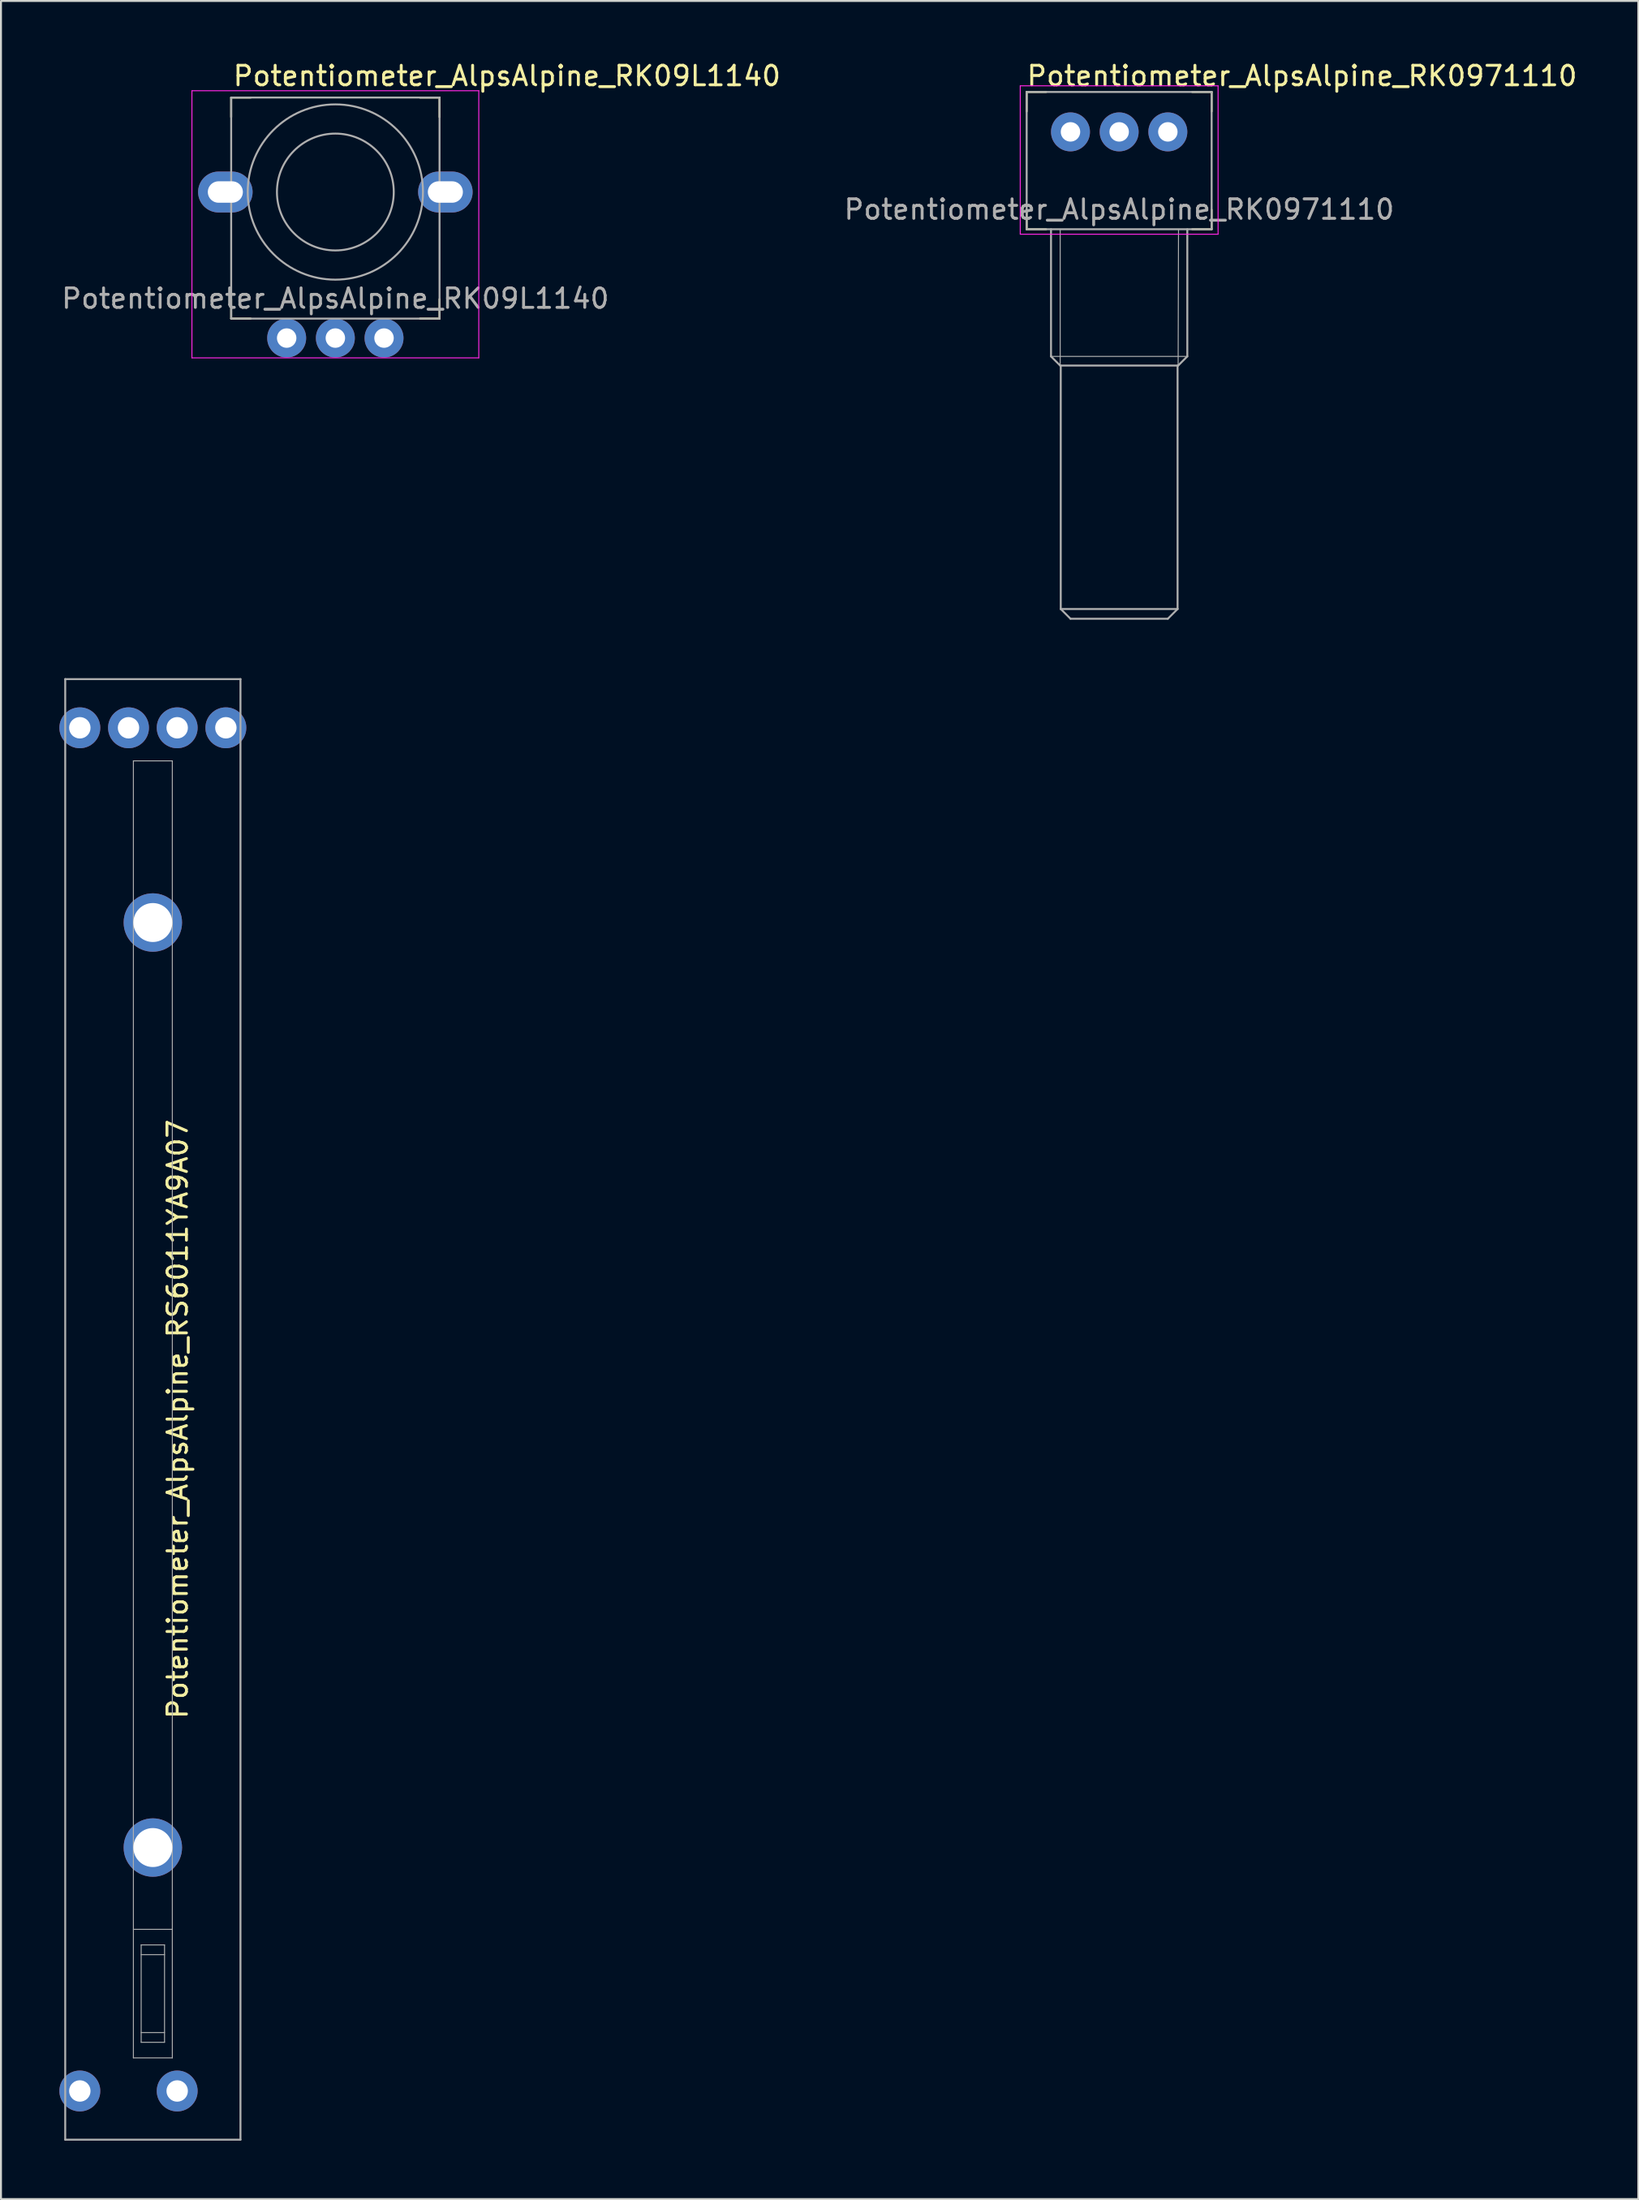
<source format=kicad_pcb>
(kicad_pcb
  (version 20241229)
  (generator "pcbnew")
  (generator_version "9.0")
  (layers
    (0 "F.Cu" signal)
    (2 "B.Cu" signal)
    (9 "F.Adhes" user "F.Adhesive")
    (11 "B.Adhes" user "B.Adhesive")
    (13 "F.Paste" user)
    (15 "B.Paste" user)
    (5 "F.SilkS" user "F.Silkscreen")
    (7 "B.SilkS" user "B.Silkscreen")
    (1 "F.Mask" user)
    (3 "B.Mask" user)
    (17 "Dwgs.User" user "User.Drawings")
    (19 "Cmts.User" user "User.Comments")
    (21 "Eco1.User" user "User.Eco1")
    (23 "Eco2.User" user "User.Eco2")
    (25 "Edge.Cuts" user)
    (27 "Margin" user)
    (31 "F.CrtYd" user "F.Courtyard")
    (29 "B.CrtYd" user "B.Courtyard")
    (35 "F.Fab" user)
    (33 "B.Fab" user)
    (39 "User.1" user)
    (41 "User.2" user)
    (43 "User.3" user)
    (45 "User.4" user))
  (footprint "Potentiometer_AlpsAlpine_RK0971110"
    (layer "F.Cu")
    (at 54.428 8.722)
    (property "Reference" "Potentiometer_AlpsAlpine_RK0971110" (at -4.826 -7.874 0) (layer "F.SilkS") (effects (font (size 1 1) (thickness 0.15)) (justify left)))
    (attr through_hole)
    (fp_line (start -4.75 -7.05) (end -4.75 -6.05) (stroke (width 0.1) (type solid)) (layer "F.SilkS"))
    (fp_line (start -4.75 -7.05) (end -3.75 -7.05) (stroke (width 0.1) (type solid)) (layer "F.SilkS"))
    (fp_line (start -4.75 0) (end -4.75 -1) (stroke (width 0.1) (type solid)) (layer "F.SilkS"))
    (fp_line (start -4.75 0) (end -3.75 0) (stroke (width 0.1) (type solid)) (layer "F.SilkS"))
    (fp_line (start 4.75 -7.05) (end 3.75 -7.05) (stroke (width 0.1) (type solid)) (layer "F.SilkS"))
    (fp_line (start 4.75 -7.05) (end 4.75 -6.05) (stroke (width 0.1) (type solid)) (layer "F.SilkS"))
    (fp_line (start 4.75 0) (end 3.75 0) (stroke (width 0.1) (type solid)) (layer "F.SilkS"))
    (fp_line (start 4.75 0) (end 4.75 -1) (stroke (width 0.1) (type solid)) (layer "F.SilkS"))
    (fp_line (start -5.08 -7.366) (end -5.08 0.254) (stroke (width 0.05) (type solid)) (layer "F.CrtYd"))
    (fp_line (start -5.08 -7.366) (end 5.08 -7.366) (stroke (width 0.05) (type solid)) (layer "F.CrtYd"))
    (fp_line (start -5.08 0.254) (end 5.08 0.254) (stroke (width 0.05) (type solid)) (layer "F.CrtYd"))
    (fp_line (start 5.08 -7.366) (end 5.08 0.254) (stroke (width 0.05) (type solid)) (layer "F.CrtYd"))
    (fp_line (start -4.75 -7.05) (end -4.75 0) (stroke (width 0.1) (type solid)) (layer "F.Fab"))
    (fp_line (start -4.75 -7.05) (end 4.75 -7.05) (stroke (width 0.1) (type solid)) (layer "F.Fab"))
    (fp_line (start -4.75 0) (end 4.75 0) (stroke (width 0.1) (type solid)) (layer "F.Fab"))
    (fp_line (start -3.5 0) (end -3.5 6.529) (stroke (width 0.1) (type solid)) (layer "F.Fab"))
    (fp_line (start -3.5 6.529) (end -3.029 7) (stroke (width 0.1) (type solid)) (layer "F.Fab"))
    (fp_line (start -3.5 6.529) (end 3.5 6.529) (stroke (width 0.05) (type solid)) (layer "F.Fab"))
    (fp_line (start -3.029 0) (end -3.029 7) (stroke (width 0.05) (type solid)) (layer "F.Fab"))
    (fp_line (start -3.029 7) (end 3.029 7) (stroke (width 0.1) (type solid)) (layer "F.Fab"))
    (fp_line (start -3 7) (end -3 19.5) (stroke (width 0.1) (type solid)) (layer "F.Fab"))
    (fp_line (start -3 19.5) (end -2.5 20) (stroke (width 0.1) (type solid)) (layer "F.Fab"))
    (fp_line (start -3 19.5) (end 3 19.5) (stroke (width 0.1) (type solid)) (layer "F.Fab"))
    (fp_line (start -2.5 20) (end 2.5 20) (stroke (width 0.1) (type solid)) (layer "F.Fab"))
    (fp_line (start 2.5 20) (end 3 19.5) (stroke (width 0.1) (type solid)) (layer "F.Fab"))
    (fp_line (start 3 7) (end 3 19.5) (stroke (width 0.1) (type solid)) (layer "F.Fab"))
    (fp_line (start 3.029 7) (end 3.048 0) (stroke (width 0.05) (type solid)) (layer "F.Fab"))
    (fp_line (start 3.029 7) (end 3.5 6.529) (stroke (width 0.1) (type solid)) (layer "F.Fab"))
    (fp_line (start 3.5 6.529) (end 3.5 0) (stroke (width 0.1) (type solid)) (layer "F.Fab"))
    (fp_line (start 4.75 0) (end 4.75 -7.05) (stroke (width 0.1) (type solid)) (layer "F.Fab"))
    (fp_text user "${REFERENCE}" (at 0 -1.016 0) (layer "F.Fab") (effects (font (size 1 1) (thickness 0.15))))
    (pad "CCW" thru_hole circle (at -2.5 -5) (size 2 2) (drill 1) (layers "*.Cu" "*.Mask"))
    (pad "CW" thru_hole circle (at 2.5 -5) (size 2 2) (drill 1) (layers "*.Cu" "*.Mask"))
    (pad "W" thru_hole circle (at 0 -5) (size 2 2) (drill 1) (layers "*.Cu" "*.Mask")))
  (footprint "Potentiometer_AlpsAlpine_RK09L1140"
    (layer "F.Cu")
    (at 14.173 14.31)
    (property "Reference" "Potentiometer_AlpsAlpine_RK09L1140" (at -5.334 -13.462 0) (layer "F.SilkS") (effects (font (size 1 1) (thickness 0.15)) (justify left)))
    (attr through_hole)
    (fp_line (start -5.35 -12.35) (end -5.35 -11.35) (stroke (width 0.1) (type solid)) (layer "F.SilkS"))
    (fp_line (start -5.35 -12.35) (end -4.35 -12.35) (stroke (width 0.1) (type solid)) (layer "F.SilkS"))
    (fp_line (start -5.35 -1) (end -5.35 -2) (stroke (width 0.1) (type solid)) (layer "F.SilkS"))
    (fp_line (start -5.35 -1) (end -4.35 -1) (stroke (width 0.1) (type solid)) (layer "F.SilkS"))
    (fp_line (start 5.35 -12.35) (end 4.35 -12.35) (stroke (width 0.1) (type solid)) (layer "F.SilkS"))
    (fp_line (start 5.35 -12.35) (end 5.35 -11.35) (stroke (width 0.1) (type solid)) (layer "F.SilkS"))
    (fp_line (start 5.35 -1) (end 4.35 -1) (stroke (width 0.1) (type solid)) (layer "F.SilkS"))
    (fp_line (start 5.35 -1) (end 5.35 -2) (stroke (width 0.1) (type solid)) (layer "F.SilkS"))
    (fp_line (start -7.366 -12.7) (end 7.366 -12.7) (stroke (width 0.05) (type solid)) (layer "F.CrtYd"))
    (fp_line (start -7.366 1.016) (end -7.366 -12.7) (stroke (width 0.05) (type solid)) (layer "F.CrtYd"))
    (fp_line (start 7.366 -12.7) (end 7.366 1.016) (stroke (width 0.05) (type solid)) (layer "F.CrtYd"))
    (fp_line (start 7.366 1.016) (end -7.366 1.016) (stroke (width 0.05) (type solid)) (layer "F.CrtYd"))
    (fp_line (start -5.35 -12.35) (end 5.35 -12.35) (stroke (width 0.1) (type solid)) (layer "F.Fab"))
    (fp_line (start -5.35 -1) (end -5.35 -12.35) (stroke (width 0.1) (type solid)) (layer "F.Fab"))
    (fp_line (start 5.35 -12.35) (end 5.35 -1) (stroke (width 0.1) (type solid)) (layer "F.Fab"))
    (fp_line (start 5.35 -1) (end -5.35 -1) (stroke (width 0.1) (type solid)) (layer "F.Fab"))
    (fp_circle (center 0 -7.5) (end 3 -7.5) (stroke (width 0.1) (type solid)) (fill no) (layer "F.Fab"))
    (fp_circle (center 0 -7.5) (end 4.5 -7.5) (stroke (width 0.1) (type solid)) (fill no) (layer "F.Fab"))
    (fp_text user "${REFERENCE}" (at 0 -2.032 0) (layer "F.Fab") (effects (font (size 1 1) (thickness 0.15))))
    (pad "" np_thru_hole oval (at -5.65 -7.5) (size 2.8 2.1) (drill oval 1.8 1.1) (layers "*.Cu" "*.Mask"))
    (pad "" np_thru_hole oval (at 5.65 -7.5) (size 2.8 2.1) (drill oval 1.8 1.1) (layers "*.Cu" "*.Mask"))
    (pad "CCW" thru_hole circle (at -2.5 0) (size 2 2) (drill 1) (layers "*.Cu" "*.Mask"))
    (pad "CW" thru_hole circle (at 2.5 0) (size 2 2) (drill 1) (layers "*.Cu" "*.Mask"))
    (pad "W" thru_hole circle (at 0 0) (size 2 2) (drill 1) (layers "*.Cu" "*.Mask")))
  (footprint "Potentiometer_AlpsAlpine_RS6011YA9A07"
    (layer "F.Cu")
    (at 4.8 69.322)
    (property "Reference" "Potentiometer_AlpsAlpine_RS6011YA9A07" (at 1.27 0.5 90) (layer "F.SilkS") (effects (font (size 1 1) (thickness 0.15))))
    (attr through_hole)
    (fp_line (start -4.5 -37.5) (end -4.5 37.5) (stroke (width 0.1) (type solid)) (layer "F.Fab"))
    (fp_line (start -4.5 -37.5) (end 4.5 -37.5) (stroke (width 0.1) (type solid)) (layer "F.Fab"))
    (fp_line (start -4.5 37.5) (end 4.5 37.5) (stroke (width 0.1) (type solid)) (layer "F.Fab"))
    (fp_line (start -1 -33.3) (end -1 33.3) (stroke (width 0.05) (type solid)) (layer "F.Fab"))
    (fp_line (start -1 -33.3) (end 1 -33.3) (stroke (width 0.05) (type solid)) (layer "F.Fab"))
    (fp_line (start -1 26.7) (end 1 26.7) (stroke (width 0.05) (type solid)) (layer "F.Fab"))
    (fp_line (start -1 33.3) (end 1 33.3) (stroke (width 0.05) (type solid)) (layer "F.Fab"))
    (fp_line (start -0.6 27.5) (end 0.6 27.5) (stroke (width 0.05) (type solid)) (layer "F.Fab"))
    (fp_line (start -0.6 28) (end 0.6 28) (stroke (width 0.05) (type solid)) (layer "F.Fab"))
    (fp_line (start -0.6 32) (end 0.6 32) (stroke (width 0.05) (type solid)) (layer "F.Fab"))
    (fp_line (start -0.6 32.5) (end -0.6 27.5) (stroke (width 0.05) (type solid)) (layer "F.Fab"))
    (fp_line (start -0.6 32.5) (end 0.6 32.5) (stroke (width 0.05) (type solid)) (layer "F.Fab"))
    (fp_line (start 0.6 27.5) (end 0.6 32.5) (stroke (width 0.05) (type solid)) (layer "F.Fab"))
    (fp_line (start 1 33.3) (end 1 -33.3) (stroke (width 0.05) (type solid)) (layer "F.Fab"))
    (fp_line (start 4.5 -37.5) (end 4.5 37.5) (stroke (width 0.1) (type solid)) (layer "F.Fab"))
    (pad "" np_thru_hole circle (at -3.75 -35) (size 2.1 2.1) (drill 1.1) (layers "*.Cu" "*.Mask"))
    (pad "" np_thru_hole circle (at -3.75 35) (size 2.1 2.1) (drill 1.1) (layers "*.Cu" "*.Mask"))
    (pad "" np_thru_hole circle (at -1.25 -35) (size 2.1 2.1) (drill 1.1) (layers "*.Cu" "*.Mask"))
    (pad "" np_thru_hole circle (at 0 -25) (size 3 3) (drill 2) (layers "*.Cu" "*.Mask"))
    (pad "" np_thru_hole circle (at 0 22.5) (size 3 3) (drill 2) (layers "*.Cu" "*.Mask"))
    (pad "CCW" thru_hole circle (at 1.25 35) (size 2.1 2.1) (drill 1.1) (layers "*.Cu" "*.Mask"))
    (pad "CW" thru_hole circle (at 1.25 -35) (size 2.1 2.1) (drill 1.1) (layers "*.Cu" "*.Mask"))
    (pad "W" thru_hole circle (at 3.75 -35) (size 2.1 2.1) (drill 1.1) (layers "*.Cu" "*.Mask")))
  (gr_rect
    (start -3 -3)
    (end 81.09 109.872)
    (stroke (width 0.1) (type default))
    (fill no)
    (layer "Edge.Cuts")))
</source>
